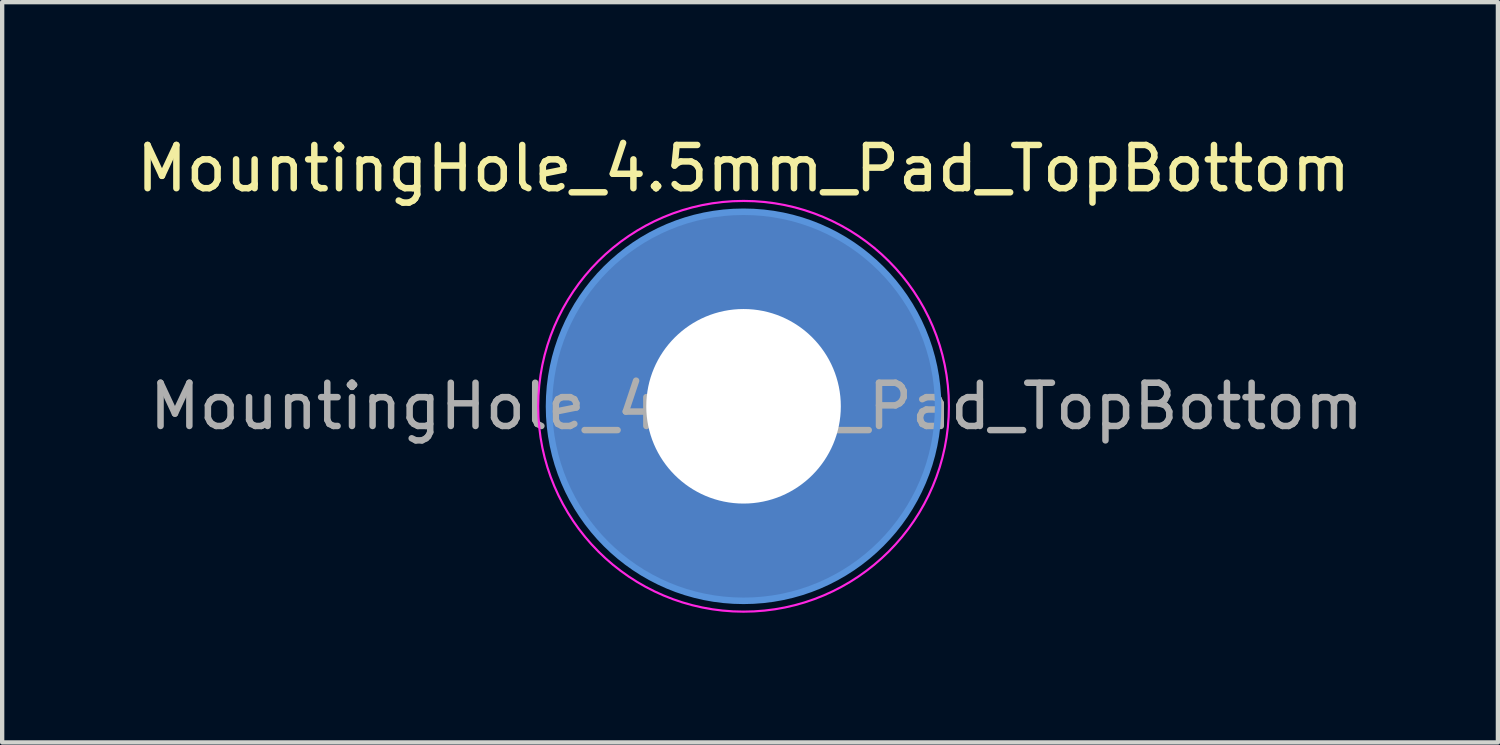
<source format=kicad_pcb>
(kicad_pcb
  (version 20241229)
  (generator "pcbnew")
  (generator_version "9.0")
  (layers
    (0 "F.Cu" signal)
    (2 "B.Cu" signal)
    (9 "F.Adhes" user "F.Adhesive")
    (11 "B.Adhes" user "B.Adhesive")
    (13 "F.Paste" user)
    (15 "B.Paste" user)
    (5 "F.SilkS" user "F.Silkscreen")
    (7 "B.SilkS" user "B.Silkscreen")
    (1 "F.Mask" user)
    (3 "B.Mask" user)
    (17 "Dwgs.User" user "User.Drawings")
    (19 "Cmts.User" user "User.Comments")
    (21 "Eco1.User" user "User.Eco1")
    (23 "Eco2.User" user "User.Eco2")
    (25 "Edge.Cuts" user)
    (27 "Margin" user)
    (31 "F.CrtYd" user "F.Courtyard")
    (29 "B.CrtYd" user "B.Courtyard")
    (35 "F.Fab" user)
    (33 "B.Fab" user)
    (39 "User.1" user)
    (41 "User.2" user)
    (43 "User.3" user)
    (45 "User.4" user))
  (footprint "MountingHole_4.5mm_Pad_TopBottom"
    (layer "F.Cu")
    (at 14.149 6.348)
    (property "Reference" "MountingHole_4.5mm_Pad_TopBottom" (at 0 -5.5 0) (layer "F.SilkS") (effects (font (size 1 1) (thickness 0.15))))
    (attr exclude_from_pos_files exclude_from_bom)
    (fp_circle (center 0 0) (end 4.5 0) (stroke (width 0.15) (type solid)) (fill no) (layer "Cmts.User"))
    (fp_circle (center 0 0) (end 4.75 0) (stroke (width 0.05) (type solid)) (fill no) (layer "F.CrtYd"))
    (fp_text user "${REFERENCE}" (at 0.3 0 0) (layer "F.Fab") (effects (font (size 1 1) (thickness 0.15))))
    (pad "1" thru_hole circle (at 0 0) (size 4.9 4.9) (drill 4.5) (layers "*.Cu" "*.Mask"))
    (pad "1" connect circle (at 0 0) (size 9 9) (layers "F.Cu" "F.Mask"))
    (pad "1" connect circle (at 0 0) (size 9 9) (layers "B.Cu" "B.Mask")))
  (gr_rect
    (start -3 -3)
    (end 31.598 14.123)
    (stroke (width 0.1) (type default))
    (fill no)
    (layer "Edge.Cuts")))
</source>
